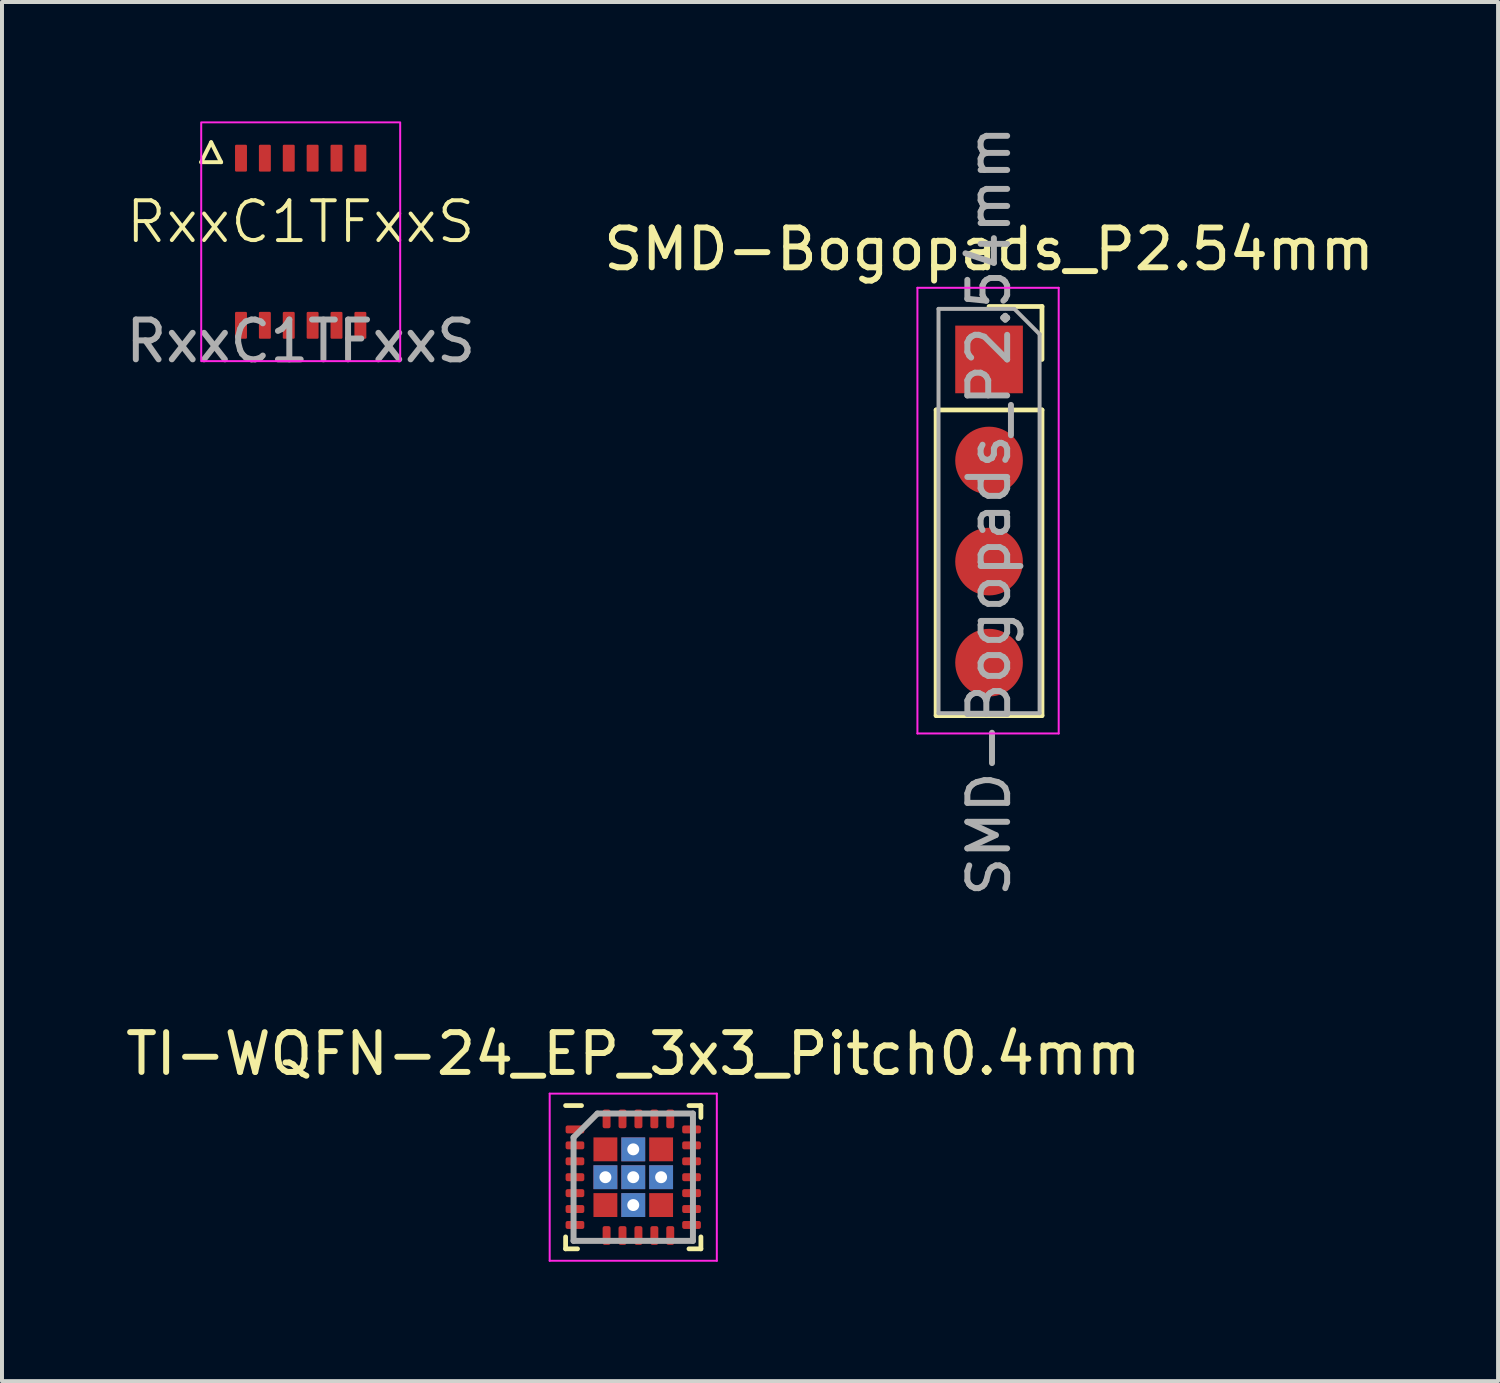
<source format=kicad_pcb>
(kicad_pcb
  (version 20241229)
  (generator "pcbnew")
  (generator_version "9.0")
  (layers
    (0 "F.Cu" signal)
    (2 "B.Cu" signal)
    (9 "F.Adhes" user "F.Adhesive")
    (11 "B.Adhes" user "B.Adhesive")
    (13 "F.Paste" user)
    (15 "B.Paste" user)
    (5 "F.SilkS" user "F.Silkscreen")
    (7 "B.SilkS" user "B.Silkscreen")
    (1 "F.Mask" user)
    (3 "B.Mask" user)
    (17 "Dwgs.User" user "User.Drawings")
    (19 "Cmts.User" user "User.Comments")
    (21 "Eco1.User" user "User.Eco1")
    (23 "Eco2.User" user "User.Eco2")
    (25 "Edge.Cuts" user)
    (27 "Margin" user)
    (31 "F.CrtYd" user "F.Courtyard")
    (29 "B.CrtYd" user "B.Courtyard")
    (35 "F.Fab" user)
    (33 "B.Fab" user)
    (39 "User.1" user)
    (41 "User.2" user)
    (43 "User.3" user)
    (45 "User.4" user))
  (footprint "SMD-Bogopads_P2.54mm"
    (layer "F.Cu")
    (at 21.804 5.982)
    (property "Reference" "SMD-Bogopads_P2.54mm" (at 0 -2.77 0) (layer "F.SilkS") (effects (font (size 1 1) (thickness 0.15))))
    (attr through_hole exclude_from_bom)
    (fp_line (start -1.33 1.27) (end -1.33 8.95) (stroke (width 0.12) (type solid)) (layer "F.SilkS"))
    (fp_line (start -1.33 1.27) (end 1.33 1.27) (stroke (width 0.12) (type solid)) (layer "F.SilkS"))
    (fp_line (start -1.33 8.95) (end 1.33 8.95) (stroke (width 0.12) (type solid)) (layer "F.SilkS"))
    (fp_line (start 0 -1.33) (end 1.33 -1.33) (stroke (width 0.12) (type solid)) (layer "F.SilkS"))
    (fp_line (start 1.33 -1.33) (end 1.33 0) (stroke (width 0.12) (type solid)) (layer "F.SilkS"))
    (fp_line (start 1.33 1.27) (end 1.33 8.95) (stroke (width 0.12) (type solid)) (layer "F.SilkS"))
    (fp_line (start -1.8 -1.8) (end 1.75 -1.8) (stroke (width 0.05) (type solid)) (layer "F.CrtYd"))
    (fp_line (start -1.8 9.4) (end -1.8 -1.8) (stroke (width 0.05) (type solid)) (layer "F.CrtYd"))
    (fp_line (start 1.75 -1.8) (end 1.75 9.4) (stroke (width 0.05) (type solid)) (layer "F.CrtYd"))
    (fp_line (start 1.75 9.4) (end -1.8 9.4) (stroke (width 0.05) (type solid)) (layer "F.CrtYd"))
    (fp_line (start -1.27 -1.27) (end 0.635 -1.27) (stroke (width 0.1) (type solid)) (layer "F.Fab"))
    (fp_line (start -1.27 8.89) (end -1.27 -1.27) (stroke (width 0.1) (type solid)) (layer "F.Fab"))
    (fp_line (start 0.635 -1.27) (end 1.27 -0.635) (stroke (width 0.1) (type solid)) (layer "F.Fab"))
    (fp_line (start 1.27 -0.635) (end 1.27 8.89) (stroke (width 0.1) (type solid)) (layer "F.Fab"))
    (fp_line (start 1.27 8.89) (end -1.27 8.89) (stroke (width 0.1) (type solid)) (layer "F.Fab"))
    (fp_text user "${REFERENCE}" (at 0 3.81 90) (layer "F.Fab") (effects (font (size 1 1) (thickness 0.15))))
    (pad "1" smd rect (at 0 0) (size 1.7 1.7) (layers "F.Cu" "F.Mask"))
    (pad "2" smd oval (at 0 2.54) (size 1.7 1.7) (layers "F.Cu" "F.Mask"))
    (pad "3" smd oval (at 0 5.08) (size 1.7 1.7) (layers "F.Cu" "F.Mask"))
    (pad "4" smd oval (at 0 7.62) (size 1.7 1.7) (layers "F.Cu" "F.Mask")))
  (footprint "RxxC1TFxxS"
    (layer "F.Cu")
    (at 4.506 3.025)
    (property "Reference" "RxxC1TFxxS" (at 0 -0.5 0) (unlocked yes) (layer "F.SilkS") (effects (font (size 1 1) (thickness 0.1))))
    (attr smd)
    (fp_line (start -2.5 -2) (end -2 -2) (stroke (width 0.1) (type default)) (layer "F.SilkS"))
    (fp_line (start -2.25 -2.5) (end -2.5 -2) (stroke (width 0.1) (type default)) (layer "F.SilkS"))
    (fp_line (start -2 -2) (end -2.25 -2.5) (stroke (width 0.1) (type default)) (layer "F.SilkS"))
    (fp_rect (start -2.5 -3) (end 2.5 3) (stroke (width 0.05) (type default)) (fill no) (layer "F.CrtYd"))
    (fp_text user "${REFERENCE}" (at 0 2.5 0) (unlocked yes) (layer "F.Fab") (effects (font (size 1 1) (thickness 0.15))))
    (pad "1" smd roundrect (at -1.5 -2.1) (size 0.3 0.675) (layers "F.Cu" "F.Mask" "F.Paste") (roundrect_rratio 0.1))
    (pad "2" smd roundrect (at -0.9 -2.1) (size 0.3 0.675) (layers "F.Cu" "F.Mask" "F.Paste") (roundrect_rratio 0.1))
    (pad "3" smd roundrect (at -0.3 -2.1) (size 0.3 0.675) (layers "F.Cu" "F.Mask" "F.Paste") (roundrect_rratio 0.1))
    (pad "4" smd roundrect (at 0.3 -2.1) (size 0.3 0.675) (layers "F.Cu" "F.Mask" "F.Paste") (roundrect_rratio 0.1))
    (pad "5" smd roundrect (at 0.9 -2.1) (size 0.3 0.675) (layers "F.Cu" "F.Mask" "F.Paste") (roundrect_rratio 0.1))
    (pad "6" smd roundrect (at 1.5 -2.1) (size 0.3 0.675) (layers "F.Cu" "F.Mask" "F.Paste") (roundrect_rratio 0.1))
    (pad "7" smd roundrect (at 1.5 2.1) (size 0.3 0.675) (layers "F.Cu" "F.Mask" "F.Paste") (roundrect_rratio 0.1))
    (pad "8" smd roundrect (at 0.9 2.1) (size 0.3 0.675) (layers "F.Cu" "F.Mask" "F.Paste") (roundrect_rratio 0.1))
    (pad "9" smd roundrect (at 0.3 2.1) (size 0.3 0.675) (layers "F.Cu" "F.Mask" "F.Paste") (roundrect_rratio 0.1))
    (pad "10" smd roundrect (at -0.3 2.1) (size 0.3 0.675) (layers "F.Cu" "F.Mask" "F.Paste") (roundrect_rratio 0.1))
    (pad "11" smd roundrect (at -0.9 2.1) (size 0.3 0.675) (layers "F.Cu" "F.Mask" "F.Paste") (roundrect_rratio 0.1))
    (pad "12" smd roundrect (at -1.5 2.1) (size 0.3 0.675) (layers "F.Cu" "F.Mask" "F.Paste") (roundrect_rratio 0.1)))
  (footprint "TI-WQFN-24_EP_3x3_Pitch0.4mm"
    (layer "F.Cu")
    (at 12.863 26.532)
    (property "Reference" "TI-WQFN-24_EP_3x3_Pitch0.4mm" (at 0 -3.1 0) (layer "F.SilkS") (effects (font (size 1 1) (thickness 0.15))))
    (attr through_hole)
    (fp_line (start -1.7 1.8) (end -1.7 1.5) (stroke (width 0.12) (type default)) (layer "F.SilkS"))
    (fp_line (start -1.4 1.8) (end -1.7 1.8) (stroke (width 0.12) (type default)) (layer "F.SilkS"))
    (fp_line (start -1.3 -1.8) (end -1.7 -1.8) (stroke (width 0.12) (type default)) (layer "F.SilkS"))
    (fp_line (start 1.4 -1.8) (end 1.7 -1.8) (stroke (width 0.12) (type default)) (layer "F.SilkS"))
    (fp_line (start 1.4 1.8) (end 1.7 1.8) (stroke (width 0.12) (type default)) (layer "F.SilkS"))
    (fp_line (start 1.7 -1.8) (end 1.7 -1.5) (stroke (width 0.12) (type default)) (layer "F.SilkS"))
    (fp_line (start 1.7 1.8) (end 1.7 1.5) (stroke (width 0.12) (type default)) (layer "F.SilkS"))
    (fp_line (start -2.1 -2.1) (end 2.1 -2.1) (stroke (width 0.05) (type default)) (layer "F.CrtYd"))
    (fp_line (start -2.1 2.1) (end -2.1 -2.1) (stroke (width 0.05) (type default)) (layer "F.CrtYd"))
    (fp_line (start 2.1 -2.1) (end 2.1 2.1) (stroke (width 0.05) (type default)) (layer "F.CrtYd"))
    (fp_line (start 2.1 2.1) (end -2.1 2.1) (stroke (width 0.05) (type default)) (layer "F.CrtYd"))
    (fp_line (start -1.5 -1) (end -1.5 1.6) (stroke (width 0.15) (type default)) (layer "F.Fab"))
    (fp_line (start -1.5 1.6) (end 1.5 1.6) (stroke (width 0.15) (type default)) (layer "F.Fab"))
    (fp_line (start -0.9 -1.6) (end -1.5 -1) (stroke (width 0.15) (type default)) (layer "F.Fab"))
    (fp_line (start 1.5 -1.6) (end -0.9 -1.6) (stroke (width 0.15) (type default)) (layer "F.Fab"))
    (fp_line (start 1.5 1.6) (end 1.5 -1.6) (stroke (width 0.15) (type default)) (layer "F.Fab"))
    (pad "1" smd roundrect (at -1.465 -1.2 90) (size 0.2 0.47) (layers "F.Cu" "F.Mask" "F.Paste") (roundrect_rratio 0.25))
    (pad "2" smd roundrect (at -1.465 -0.8 90) (size 0.2 0.47) (layers "F.Cu" "F.Mask" "F.Paste") (roundrect_rratio 0.25))
    (pad "3" smd roundrect (at -1.465 -0.4 90) (size 0.2 0.47) (layers "F.Cu" "F.Mask" "F.Paste") (roundrect_rratio 0.25))
    (pad "4" smd roundrect (at -1.465 0 90) (size 0.2 0.47) (layers "F.Cu" "F.Mask" "F.Paste") (roundrect_rratio 0.25))
    (pad "5" smd roundrect (at -1.465 0.4 90) (size 0.2 0.47) (layers "F.Cu" "F.Mask" "F.Paste") (roundrect_rratio 0.25))
    (pad "6" smd roundrect (at -1.465 0.8 90) (size 0.2 0.47) (layers "F.Cu" "F.Mask" "F.Paste") (roundrect_rratio 0.25))
    (pad "7" smd roundrect (at -1.465 1.2 90) (size 0.2 0.47) (layers "F.Cu" "F.Mask" "F.Paste") (roundrect_rratio 0.25))
    (pad "8" smd roundrect (at -0.67 1.465) (size 0.2 0.47) (layers "F.Cu" "F.Mask" "F.Paste") (roundrect_rratio 0.25))
    (pad "9" smd roundrect (at -0.27 1.465) (size 0.2 0.47) (layers "F.Cu" "F.Mask" "F.Paste") (roundrect_rratio 0.25))
    (pad "10" smd roundrect (at 0.13 1.465) (size 0.2 0.47) (layers "F.Cu" "F.Mask" "F.Paste") (roundrect_rratio 0.25))
    (pad "11" smd roundrect (at 0.53 1.465) (size 0.2 0.47) (layers "F.Cu" "F.Mask" "F.Paste") (roundrect_rratio 0.25))
    (pad "12" smd roundrect (at 0.93 1.465) (size 0.2 0.47) (layers "F.Cu" "F.Mask" "F.Paste") (roundrect_rratio 0.25))
    (pad "13" smd roundrect (at 1.465 1.2 90) (size 0.2 0.47) (layers "F.Cu" "F.Mask" "F.Paste") (roundrect_rratio 0.25))
    (pad "14" smd roundrect (at 1.465 0.8 90) (size 0.2 0.47) (layers "F.Cu" "F.Mask" "F.Paste") (roundrect_rratio 0.25))
    (pad "15" smd roundrect (at 1.465 0.4 90) (size 0.2 0.47) (layers "F.Cu" "F.Mask" "F.Paste") (roundrect_rratio 0.25))
    (pad "16" smd roundrect (at 1.465 0 90) (size 0.2 0.47) (layers "F.Cu" "F.Mask" "F.Paste") (roundrect_rratio 0.25))
    (pad "17" smd roundrect (at 1.465 -0.4 90) (size 0.2 0.47) (layers "F.Cu" "F.Mask" "F.Paste") (roundrect_rratio 0.25))
    (pad "18" smd roundrect (at 1.465 -0.8 90) (size 0.2 0.47) (layers "F.Cu" "F.Mask" "F.Paste") (roundrect_rratio 0.25))
    (pad "19" smd roundrect (at 1.465 -1.2 90) (size 0.2 0.47) (layers "F.Cu" "F.Mask" "F.Paste") (roundrect_rratio 0.25))
    (pad "20" smd roundrect (at 0.93 -1.465) (size 0.2 0.47) (layers "F.Cu" "F.Mask" "F.Paste") (roundrect_rratio 0.25))
    (pad "21" smd roundrect (at 0.53 -1.465) (size 0.2 0.47) (layers "F.Cu" "F.Mask" "F.Paste") (roundrect_rratio 0.25))
    (pad "22" smd roundrect (at 0.13 -1.465) (size 0.2 0.47) (layers "F.Cu" "F.Mask" "F.Paste") (roundrect_rratio 0.25))
    (pad "23" smd roundrect (at -0.27 -1.465) (size 0.2 0.47) (layers "F.Cu" "F.Mask" "F.Paste") (roundrect_rratio 0.25))
    (pad "24" smd roundrect (at -0.67 -1.465) (size 0.2 0.47) (layers "F.Cu" "F.Mask" "F.Paste") (roundrect_rratio 0.25))
    (pad "25" smd rect (at -0.7 -0.7) (size 0.6 0.6) (layers "F.Cu" "F.Mask" "F.Paste"))
    (pad "25" thru_hole rect (at -0.7 0) (size 0.6 0.6) (drill 0.3) (layers "*.Cu" "F.Mask" "F.Paste"))
    (pad "25" smd rect (at -0.7 0.7) (size 0.6 0.6) (layers "F.Cu" "F.Mask" "F.Paste"))
    (pad "25" thru_hole rect (at 0 -0.7) (size 0.6 0.6) (drill 0.3) (layers "*.Cu" "F.Mask" "F.Paste"))
    (pad "25" thru_hole rect (at 0 0) (size 0.6 0.6) (drill 0.3) (layers "*.Cu" "F.Mask" "F.Paste"))
    (pad "25" thru_hole rect (at 0 0.7) (size 0.6 0.6) (drill 0.3) (layers "*.Cu" "F.Mask" "F.Paste"))
    (pad "25" smd rect (at 0.7 -0.7) (size 0.6 0.6) (layers "F.Cu" "F.Mask" "F.Paste"))
    (pad "25" thru_hole rect (at 0.7 0) (size 0.6 0.6) (drill 0.3) (layers "*.Cu" "F.Mask" "F.Paste"))
    (pad "25" smd rect (at 0.7 0.7) (size 0.6 0.6) (layers "F.Cu" "F.Mask" "F.Paste")))
  (gr_rect
    (start -3 -3)
    (end 34.595 31.657)
    (stroke (width 0.1) (type default))
    (fill no)
    (layer "Edge.Cuts")))
</source>
